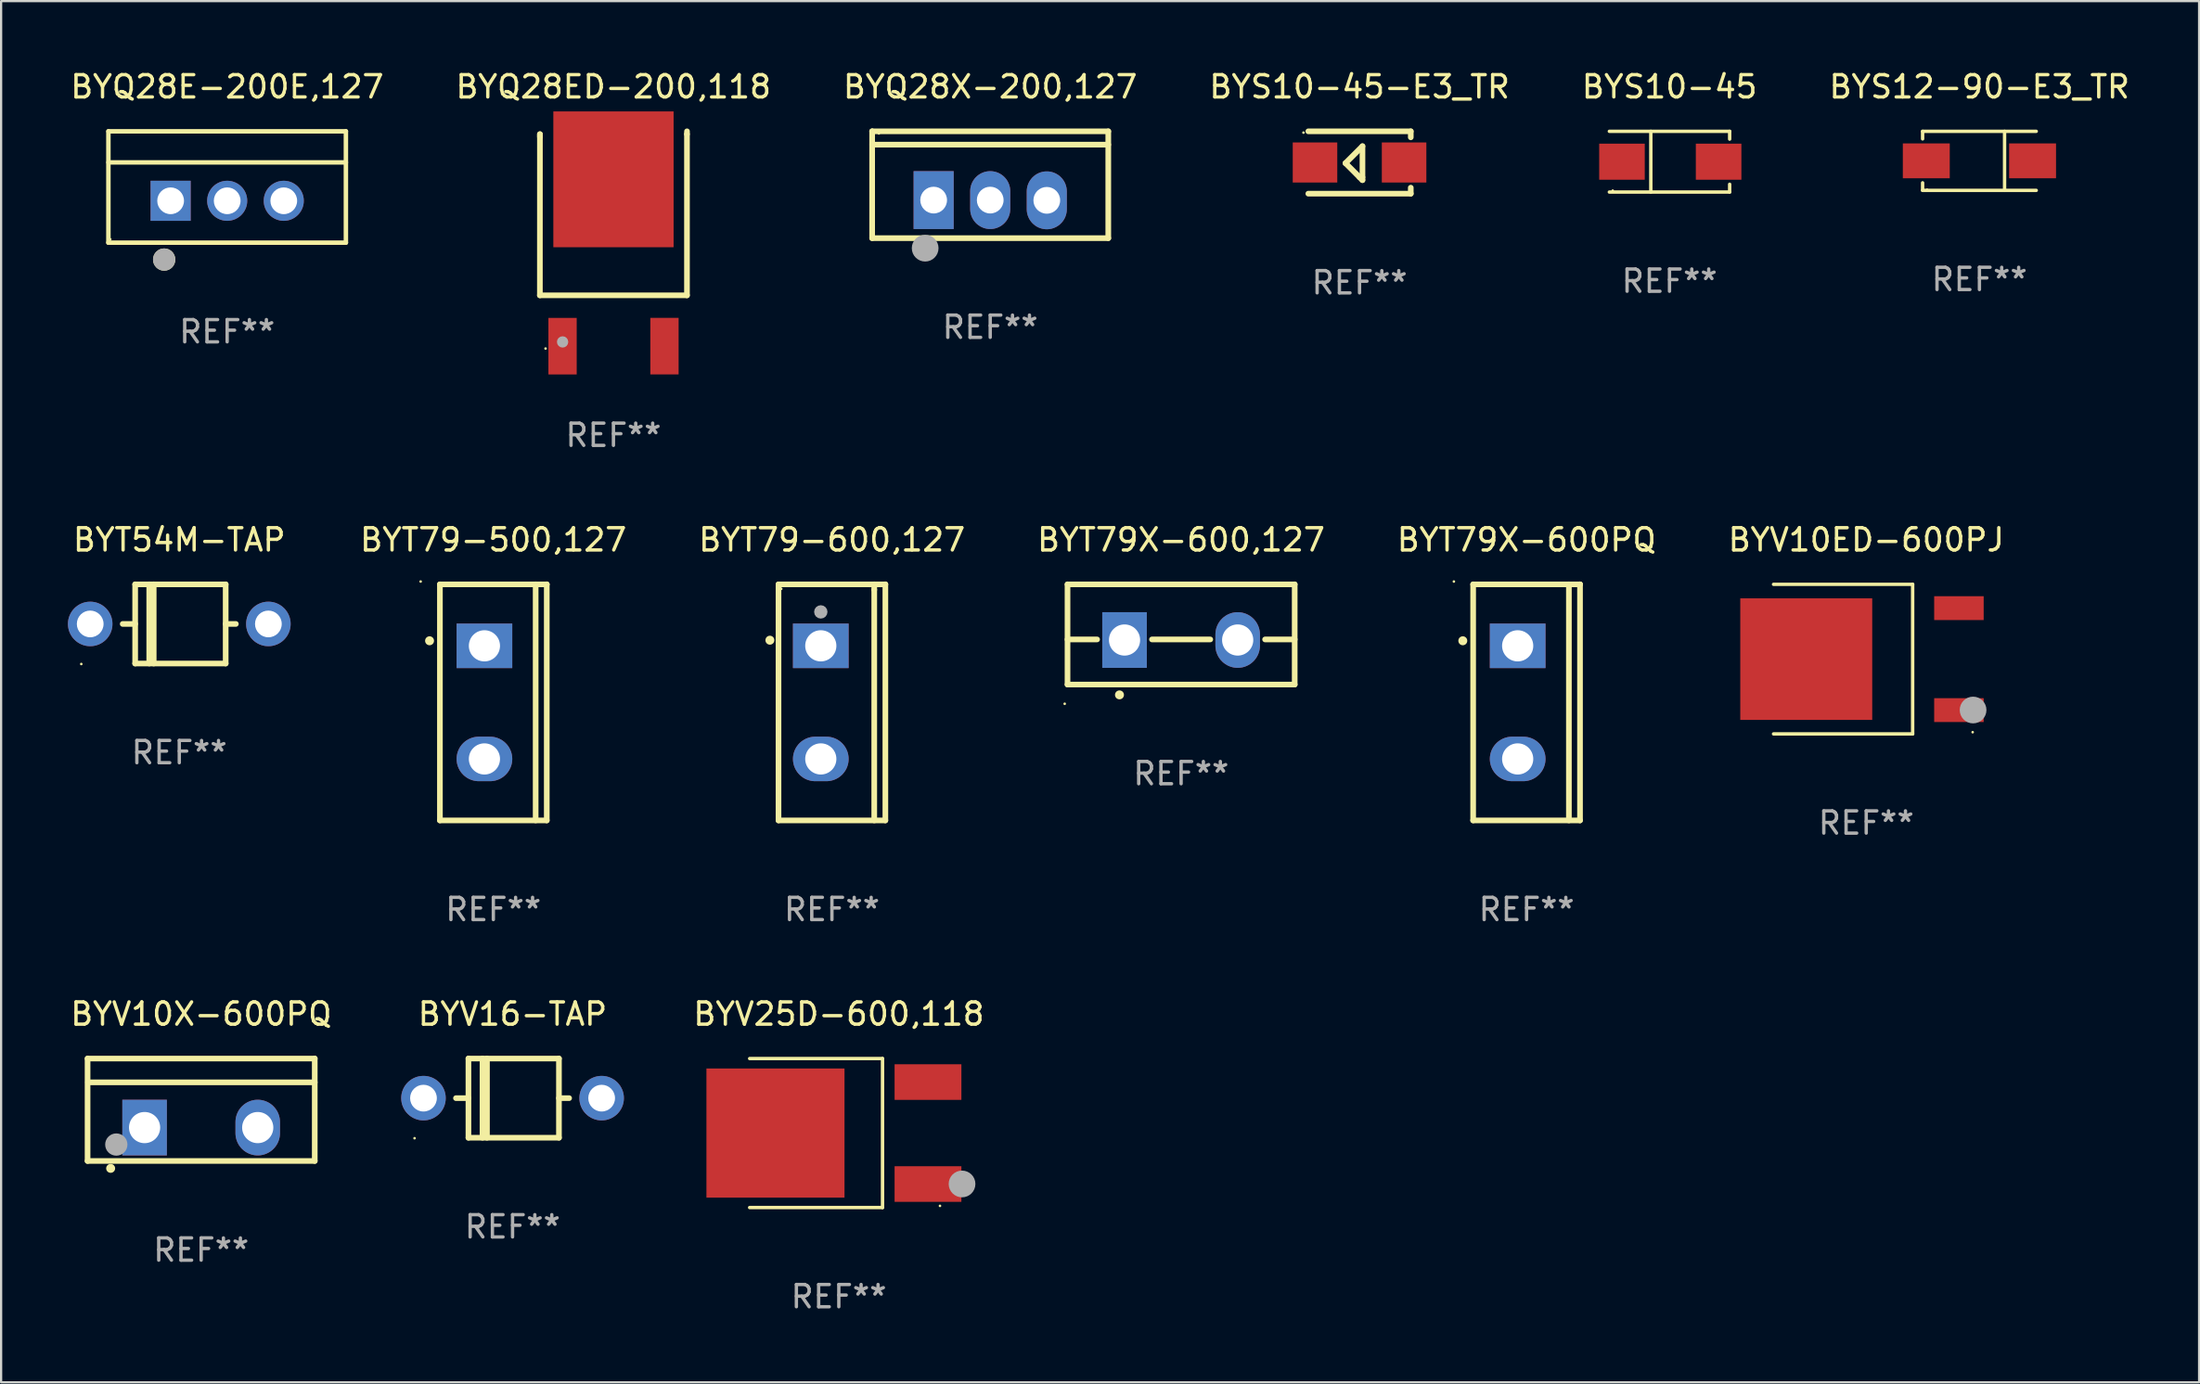
<source format=kicad_pcb>
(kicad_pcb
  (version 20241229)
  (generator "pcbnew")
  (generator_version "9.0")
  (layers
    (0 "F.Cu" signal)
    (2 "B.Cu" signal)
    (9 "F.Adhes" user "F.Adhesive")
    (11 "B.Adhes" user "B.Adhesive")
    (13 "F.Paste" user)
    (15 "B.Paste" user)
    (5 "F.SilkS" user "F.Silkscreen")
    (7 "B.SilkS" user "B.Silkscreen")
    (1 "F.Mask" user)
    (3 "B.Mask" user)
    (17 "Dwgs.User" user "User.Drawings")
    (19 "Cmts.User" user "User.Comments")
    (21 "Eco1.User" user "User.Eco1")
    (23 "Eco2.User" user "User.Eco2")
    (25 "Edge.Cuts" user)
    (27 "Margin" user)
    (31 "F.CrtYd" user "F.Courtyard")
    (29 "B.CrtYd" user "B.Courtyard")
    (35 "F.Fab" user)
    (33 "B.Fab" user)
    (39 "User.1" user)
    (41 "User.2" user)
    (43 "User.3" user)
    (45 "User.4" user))
  (footprint "BYV10X-600PQ"
    (layer "F.Cu")
    (at 5.982 46.793)
    (property "Reference" "BYV10X-600PQ" (at 0 -4.3 0) (layer "F.SilkS") (effects (font (size 1 1) (thickness 0.15))))
    (attr through_hole)
    (fp_line (start -5.1 -2.3) (end -5.1 2.3) (stroke (width 0.254) (type solid)) (layer "F.SilkS"))
    (fp_line (start -5.1 2.3) (end 5.1 2.3) (stroke (width 0.254) (type solid)) (layer "F.SilkS"))
    (fp_line (start -5.08 -1.232) (end 5.1 -1.232) (stroke (width 0.254) (type solid)) (layer "F.SilkS"))
    (fp_line (start 5.1 -2.3) (end -5.1 -2.3) (stroke (width 0.254) (type solid)) (layer "F.SilkS"))
    (fp_line (start 5.1 -2.3) (end 5.1 2.3) (stroke (width 0.254) (type solid)) (layer "F.SilkS"))
    (fp_arc (start -4.065278 2.632004) (mid -4.064008 2.632) (end -4.062738 2.632004) (stroke (width 0.4) (type solid)) (layer "F.SilkS"))
    (fp_circle (center -5.1 2.32) (end -5.07 2.32) (stroke (width 0.06) (type solid)) (fill no) (layer "F.SilkS"))
    (fp_circle (center -3.81 1.562) (end -3.56 1.562) (stroke (width 0.5) (type solid)) (fill no) (layer "F.Fab"))
    (fp_text user "REF**" (at 0 6.3 0) (layer "F.Fab") (effects (font (size 1 1) (thickness 0.15))))
    (pad "1" thru_hole rect (at -2.54 0.8) (size 2 2.5) (drill 1.4) (layers "*.Cu" "*.Mask"))
    (pad "2" thru_hole oval (at 2.54 0.8) (size 2 2.5) (drill 1.4) (layers "*.Cu" "*.Mask")))
  (footprint "BYV16-TAP"
    (layer "F.Cu")
    (at 19.964 46.271)
    (property "Reference" "BYV16-TAP" (at 0 -3.778 0) (layer "F.SilkS") (effects (font (size 1 1) (thickness 0.15))))
    (attr through_hole)
    (fp_line (start -1.981 -1.778) (end -1.981 1.778) (stroke (width 0.254) (type solid)) (layer "F.SilkS"))
    (fp_line (start -1.981 0) (end -2.54 0) (stroke (width 0.254) (type solid)) (layer "F.SilkS"))
    (fp_line (start -1.981 1.778) (end 2.083 1.778) (stroke (width 0.254) (type solid)) (layer "F.SilkS"))
    (fp_line (start -1.349 1.778) (end -1.349 -1.778) (stroke (width 0.254) (type solid)) (layer "F.SilkS"))
    (fp_line (start -1.149 1.778) (end -1.149 -1.778) (stroke (width 0.254) (type solid)) (layer "F.SilkS"))
    (fp_line (start 2.083 -1.778) (end -1.981 -1.778) (stroke (width 0.254) (type solid)) (layer "F.SilkS"))
    (fp_line (start 2.083 1.778) (end 2.083 -1.778) (stroke (width 0.254) (type solid)) (layer "F.SilkS"))
    (fp_line (start 2.54 0) (end 2.083 0) (stroke (width 0.254) (type solid)) (layer "F.SilkS"))
    (fp_circle (center -4.4 1.8) (end -4.37 1.8) (stroke (width 0.06) (type solid)) (fill no) (layer "F.SilkS"))
    (fp_text user "REF**" (at 0 5.778 0) (layer "F.Fab") (effects (font (size 1 1) (thickness 0.15))))
    (pad "1" thru_hole circle (at -4 0) (size 2 2) (drill 1.2) (layers "*.Cu" "*.Mask"))
    (pad "2" thru_hole circle (at 4 0) (size 2 2) (drill 1.2) (layers "*.Cu" "*.Mask")))
  (footprint "BYV25D-600,118"
    (layer "F.Cu")
    (at 34.613 47.839)
    (property "Reference" "BYV25D-600,118" (at 0 -5.346 0) (layer "F.SilkS") (effects (font (size 1 1) (thickness 0.15))))
    (attr through_hole)
    (fp_line (start -4.004 -3.346) (end 1.963 -3.346) (stroke (width 0.152) (type solid)) (layer "F.SilkS"))
    (fp_line (start -4.004 3.346) (end 1.963 3.346) (stroke (width 0.152) (type solid)) (layer "F.SilkS"))
    (fp_line (start 1.963 3.346) (end 1.963 -3.346) (stroke (width 0.152) (type solid)) (layer "F.SilkS"))
    (fp_circle (center 4.542 3.27) (end 4.572 3.27) (stroke (width 0.06) (type solid)) (fill no) (layer "F.SilkS"))
    (fp_circle (center 5.533 2.286) (end 5.833 2.286) (stroke (width 0.6) (type solid)) (fill no) (layer "F.Fab"))
    (fp_text user "REF**" (at 0 7.346 0) (layer "F.Fab") (effects (font (size 1 1) (thickness 0.15))))
    (pad "1" smd rect (at 4.004 2.29) (size 3 1.6) (layers "F.Cu" "F.Mask" "F.Paste"))
    (pad "2" smd rect (at -2.844 0) (size 6.2 5.8) (layers "F.Cu" "F.Mask" "F.Paste"))
    (pad "3" smd rect (at 4.004 -2.29) (size 3 1.6) (layers "F.Cu" "F.Mask" "F.Paste")))
  (footprint "BYS12-90-E3_TR"
    (layer "F.Cu")
    (at 85.827 4.174)
    (property "Reference" "BYS12-90-E3_TR" (at 0 -3.326 0) (layer "F.SilkS") (effects (font (size 1 1) (thickness 0.15))))
    (attr through_hole)
    (fp_line (start -2.551 -1.326) (end -2.551 -0.986) (stroke (width 0.152) (type solid)) (layer "F.SilkS"))
    (fp_line (start -2.551 1.326) (end -2.551 0.986) (stroke (width 0.152) (type solid)) (layer "F.SilkS"))
    (fp_line (start 1.129 1.326) (end 1.129 -1.326) (stroke (width 0.152) (type solid)) (layer "F.SilkS"))
    (fp_line (start 2.551 -1.326) (end -2.551 -1.326) (stroke (width 0.152) (type solid)) (layer "F.SilkS"))
    (fp_line (start 2.551 1.326) (end -2.551 1.326) (stroke (width 0.152) (type solid)) (layer "F.SilkS"))
    (fp_circle (center -2.35 1.3) (end -2.32 1.3) (stroke (width 0.06) (type solid)) (fill no) (layer "F.SilkS"))
    (fp_text user "REF**" (at 0 5.326 0) (layer "F.Fab") (effects (font (size 1 1) (thickness 0.15))))
    (pad "1" smd rect (at -2.386 0) (size 2.107 1.566) (layers "F.Cu" "F.Mask" "F.Paste"))
    (pad "2" smd rect (at 2.386 0) (size 2.107 1.566) (layers "F.Cu" "F.Mask" "F.Paste")))
  (footprint "BYT79X-600PQ"
    (layer "F.Cu")
    (at 65.494 28.496)
    (property "Reference" "BYT79X-600PQ" (at 0 -7.301 0) (layer "F.SilkS") (effects (font (size 1 1) (thickness 0.15))))
    (attr through_hole)
    (fp_line (start -2.399 -5.301) (end 2.394 -5.301) (stroke (width 0.254) (type solid)) (layer "F.SilkS"))
    (fp_line (start -2.399 5.301) (end -2.399 -5.301) (stroke (width 0.254) (type solid)) (layer "F.SilkS"))
    (fp_line (start 1.9 5.3) (end 1.9 -5.3) (stroke (width 0.254) (type solid)) (layer "F.SilkS"))
    (fp_line (start 2.394 -5.301) (end 2.399 -5.301) (stroke (width 0.254) (type solid)) (layer "F.SilkS"))
    (fp_line (start 2.399 -5.301) (end 2.399 5.301) (stroke (width 0.254) (type solid)) (layer "F.SilkS"))
    (fp_line (start 2.399 5.301) (end -2.399 5.301) (stroke (width 0.254) (type solid)) (layer "F.SilkS"))
    (fp_arc (start -2.863843 -2.766066) (mid -2.863847 -2.767336) (end -2.863843 -2.768606) (stroke (width 0.4) (type solid)) (layer "F.SilkS"))
    (fp_circle (center -3.264 -5.428) (end -3.234 -5.428) (stroke (width 0.06) (type solid)) (fill no) (layer "F.SilkS"))
    (fp_text user "REF**" (at 0 9.301 0) (layer "F.Fab") (effects (font (size 1 1) (thickness 0.15))))
    (pad "1" thru_hole rect (at -0.4 -2.54 270) (size 2 2.5) (drill 1.4) (layers "*.Cu" "*.Mask"))
    (pad "2" thru_hole oval (at -0.4 2.54 270) (size 2 2.5) (drill 1.4) (layers "*.Cu" "*.Mask")))
  (footprint "BYT79X-600,127"
    (layer "F.Cu")
    (at 49.982 25.445)
    (property "Reference" "BYT79X-600,127" (at 0 -4.25 0) (layer "F.SilkS") (effects (font (size 1 1) (thickness 0.15))))
    (attr through_hole)
    (fp_line (start -5.1 -2.25) (end -5.1 2.25) (stroke (width 0.254) (type solid)) (layer "F.SilkS"))
    (fp_line (start -5.1 0.224) (end -3.772 0.224) (stroke (width 0.254) (type solid)) (layer "F.SilkS"))
    (fp_line (start -5.1 2.25) (end 5.1 2.25) (stroke (width 0.254) (type solid)) (layer "F.SilkS"))
    (fp_line (start -1.308 0.224) (end 1.309 0.224) (stroke (width 0.254) (type solid)) (layer "F.SilkS"))
    (fp_line (start 3.771 0.224) (end 5.1 0.224) (stroke (width 0.254) (type solid)) (layer "F.SilkS"))
    (fp_line (start 5.1 -2.25) (end -5.1 -2.25) (stroke (width 0.254) (type solid)) (layer "F.SilkS"))
    (fp_line (start 5.1 -2.25) (end 5.1 2.25) (stroke (width 0.254) (type solid)) (layer "F.SilkS"))
    (fp_arc (start -2.768606 2.713805) (mid -2.767336 2.713801) (end -2.766066 2.713805) (stroke (width 0.4) (type solid)) (layer "F.SilkS"))
    (fp_circle (center -5.227 3.114) (end -5.197 3.114) (stroke (width 0.06) (type solid)) (fill no) (layer "F.SilkS"))
    (fp_text user "REF**" (at 0 6.25 0) (layer "F.Fab") (effects (font (size 1 1) (thickness 0.15))))
    (pad "1" thru_hole rect (at -2.54 0.25) (size 2 2.5) (drill 1.4) (layers "*.Cu" "*.Mask"))
    (pad "3" thru_hole oval (at 2.54 0.25) (size 2 2.5) (drill 1.4) (layers "*.Cu" "*.Mask")))
  (footprint "BYT79-600,127"
    (layer "F.Cu")
    (at 34.304 28.496)
    (property "Reference" "BYT79-600,127" (at 0 -7.301 0) (layer "F.SilkS") (effects (font (size 1 1) (thickness 0.15))))
    (attr through_hole)
    (fp_line (start -2.399 -5.301) (end 2.394 -5.301) (stroke (width 0.254) (type solid)) (layer "F.SilkS"))
    (fp_line (start -2.399 5.301) (end -2.399 -5.301) (stroke (width 0.254) (type solid)) (layer "F.SilkS"))
    (fp_line (start 1.9 -5.061) (end 1.9 -5.3) (stroke (width 0.254) (type solid)) (layer "F.SilkS"))
    (fp_line (start 1.9 5.3) (end 1.9 -5.061) (stroke (width 0.254) (type solid)) (layer "F.SilkS"))
    (fp_line (start 2.394 -5.301) (end 2.399 -5.301) (stroke (width 0.254) (type solid)) (layer "F.SilkS"))
    (fp_line (start 2.399 -5.301) (end 2.399 5.301) (stroke (width 0.254) (type solid)) (layer "F.SilkS"))
    (fp_line (start 2.399 5.301) (end -2.399 5.301) (stroke (width 0.254) (type solid)) (layer "F.SilkS"))
    (fp_arc (start -2.786043 -2.791466) (mid -2.786047 -2.792736) (end -2.786043 -2.794006) (stroke (width 0.4) (type solid)) (layer "F.SilkS"))
    (fp_circle (center -2.275 -5.1) (end -2.245 -5.1) (stroke (width 0.06) (type solid)) (fill no) (layer "F.SilkS"))
    (fp_circle (center -0.5 -4.064) (end -0.35 -4.064) (stroke (width 0.3) (type solid)) (fill no) (layer "F.Fab"))
    (fp_text user "REF**" (at 0 9.301 0) (layer "F.Fab") (effects (font (size 1 1) (thickness 0.15))))
    (pad "1" thru_hole rect (at -0.5 -2.54 270) (size 2 2.5) (drill 1.4) (layers "*.Cu" "*.Mask"))
    (pad "3" thru_hole oval (at -0.5 2.54 270) (size 2 2.5) (drill 1.4) (layers "*.Cu" "*.Mask")))
  (footprint "BYQ28E-200E,127"
    (layer "F.Cu")
    (at 7.149 5.348)
    (property "Reference" "BYQ28E-200E,127" (at 0 -4.5 0) (layer "F.SilkS") (effects (font (size 1 1) (thickness 0.15))))
    (attr through_hole)
    (fp_line (start -5.332 2.5) (end -5.332 -2.5) (stroke (width 0.201) (type solid)) (layer "F.SilkS"))
    (fp_line (start -5.328 -2.5) (end 5.332 -2.5) (stroke (width 0.201) (type solid)) (layer "F.SilkS"))
    (fp_line (start -5.328 -1.104) (end 5.332 -1.104) (stroke (width 0.201) (type solid)) (layer "F.SilkS"))
    (fp_line (start 5.332 -2.5) (end 5.332 2.5) (stroke (width 0.201) (type solid)) (layer "F.SilkS"))
    (fp_line (start 5.332 2.5) (end -5.332 2.5) (stroke (width 0.201) (type solid)) (layer "F.SilkS"))
    (fp_circle (center -5.248 2.35) (end -5.218 2.35) (stroke (width 0.06) (type solid)) (fill no) (layer "F.SilkS"))
    (fp_circle (center -2.828 3.26) (end -2.578 3.26) (stroke (width 0.5) (type solid)) (fill no) (layer "F.SilkS"))
    (fp_circle (center -2.828 3.26) (end -2.578 3.26) (stroke (width 0.5) (type solid)) (fill no) (layer "F.Fab"))
    (fp_text user "REF**" (at 0 6.5 0) (layer "F.Fab") (effects (font (size 1 1) (thickness 0.15))))
    (pad "1" thru_hole rect (at -2.538 0.62) (size 1.8 1.8) (drill 1.2) (layers "*.Cu" "*.Mask"))
    (pad "2" thru_hole circle (at 0.002 0.62) (size 1.8 1.8) (drill 1.2) (layers "*.Cu" "*.Mask"))
    (pad "3" thru_hole circle (at 2.542 0.62) (size 1.8 1.8) (drill 1.2) (layers "*.Cu" "*.Mask")))
  (footprint "BYT79-500,127"
    (layer "F.Cu")
    (at 19.101 28.496)
    (property "Reference" "BYT79-500,127" (at 0 -7.301 0) (layer "F.SilkS") (effects (font (size 1 1) (thickness 0.15))))
    (attr through_hole)
    (fp_line (start -2.399 -5.301) (end 2.394 -5.301) (stroke (width 0.254) (type solid)) (layer "F.SilkS"))
    (fp_line (start -2.399 5.301) (end -2.399 -5.301) (stroke (width 0.254) (type solid)) (layer "F.SilkS"))
    (fp_line (start 1.9 5.3) (end 1.9 -5.3) (stroke (width 0.254) (type solid)) (layer "F.SilkS"))
    (fp_line (start 2.394 -5.301) (end 2.399 -5.301) (stroke (width 0.254) (type solid)) (layer "F.SilkS"))
    (fp_line (start 2.399 -5.301) (end 2.399 5.301) (stroke (width 0.254) (type solid)) (layer "F.SilkS"))
    (fp_line (start 2.399 5.301) (end -2.399 5.301) (stroke (width 0.254) (type solid)) (layer "F.SilkS"))
    (fp_arc (start -2.863843 -2.766066) (mid -2.863847 -2.767336) (end -2.863843 -2.768606) (stroke (width 0.4) (type solid)) (layer "F.SilkS"))
    (fp_circle (center -3.264 -5.428) (end -3.234 -5.428) (stroke (width 0.06) (type solid)) (fill no) (layer "F.SilkS"))
    (fp_text user "REF**" (at 0 9.301 0) (layer "F.Fab") (effects (font (size 1 1) (thickness 0.15))))
    (pad "1" thru_hole rect (at -0.4 -2.54 270) (size 2 2.5) (drill 1.4) (layers "*.Cu" "*.Mask"))
    (pad "2" thru_hole oval (at -0.4 2.54 270) (size 2 2.5) (drill 1.4) (layers "*.Cu" "*.Mask")))
  (footprint "BYS10-45"
    (layer "F.Cu")
    (at 71.911 4.212)
    (property "Reference" "BYS10-45" (at 0 -3.364 0) (layer "F.SilkS") (effects (font (size 1 1) (thickness 0.15))))
    (attr through_hole)
    (fp_line (start -2.701 -1.364) (end 2.701 -1.364) (stroke (width 0.152) (type solid)) (layer "F.SilkS"))
    (fp_line (start -2.701 1.364) (end 2.701 1.364) (stroke (width 0.152) (type solid)) (layer "F.SilkS"))
    (fp_line (start -0.839 -1.364) (end -0.839 1.364) (stroke (width 0.152) (type solid)) (layer "F.SilkS"))
    (fp_line (start 2.701 -1.364) (end 2.701 -1.013) (stroke (width 0.152) (type solid)) (layer "F.SilkS"))
    (fp_line (start 2.701 1.364) (end 2.701 1.013) (stroke (width 0.152) (type solid)) (layer "F.SilkS"))
    (fp_circle (center -2.548 1.3) (end -2.518 1.3) (stroke (width 0.06) (type solid)) (fill no) (layer "F.SilkS"))
    (fp_text user "REF**" (at 0 5.364 0) (layer "F.Fab") (effects (font (size 1 1) (thickness 0.15))))
    (pad "1" smd rect (at -2.134 0.000025) (size 2.046 1.62) (layers "F.Cu" "F.Mask" "F.Paste"))
    (pad "2" smd rect (at 2.205 0.000025) (size 2.046 1.62) (layers "F.Cu" "F.Mask" "F.Paste")))
  (footprint "BYV10ED-600PJ"
    (layer "F.Cu")
    (at 80.744 26.553)
    (property "Reference" "BYV10ED-600PJ" (at 0 -5.359 0) (layer "F.SilkS") (effects (font (size 1 1) (thickness 0.15))))
    (attr through_hole)
    (fp_line (start -4.162 -3.359) (end 2.085 -3.359) (stroke (width 0.152) (type solid)) (layer "F.SilkS"))
    (fp_line (start -4.162 3.359) (end 2.085 3.359) (stroke (width 0.152) (type solid)) (layer "F.SilkS"))
    (fp_line (start 2.085 3.359) (end 2.085 -3.359) (stroke (width 0.152) (type solid)) (layer "F.SilkS"))
    (fp_circle (center 4.779 3.282) (end 4.809 3.282) (stroke (width 0.06) (type solid)) (fill no) (layer "F.SilkS"))
    (fp_circle (center 4.798 2.286) (end 5.098 2.286) (stroke (width 0.6) (type solid)) (fill no) (layer "F.Fab"))
    (fp_text user "REF**" (at 0 7.359 0) (layer "F.Fab") (effects (font (size 1 1) (thickness 0.15))))
    (pad "1" smd rect (at 4.162 2.29) (size 2.223 1.071) (layers "F.Cu" "F.Mask" "F.Paste"))
    (pad "2" smd rect (at -2.693 0) (size 5.925 5.46) (layers "F.Cu" "F.Mask" "F.Paste"))
    (pad "3" smd rect (at 4.162 -2.29) (size 2.223 1.071) (layers "F.Cu" "F.Mask" "F.Paste")))
  (footprint "BYQ28X-200,127"
    (layer "F.Cu")
    (at 41.411 5.247)
    (property "Reference" "BYQ28X-200,127" (at 0 -4.399 0) (layer "F.SilkS") (effects (font (size 1 1) (thickness 0.15))))
    (attr through_hole)
    (fp_line (start -5.301 -2.399) (end 5.301 -2.399) (stroke (width 0.254) (type solid)) (layer "F.SilkS"))
    (fp_line (start -5.301 -2.394) (end -5.301 -2.399) (stroke (width 0.254) (type solid)) (layer "F.SilkS"))
    (fp_line (start -5.301 2.399) (end -5.301 -2.394) (stroke (width 0.254) (type solid)) (layer "F.SilkS"))
    (fp_line (start 5.3 -1.8) (end -5.3 -1.8) (stroke (width 0.254) (type solid)) (layer "F.SilkS"))
    (fp_line (start 5.301 -2.399) (end 5.301 2.399) (stroke (width 0.254) (type solid)) (layer "F.SilkS"))
    (fp_line (start 5.301 2.399) (end -5.301 2.399) (stroke (width 0.254) (type solid)) (layer "F.SilkS"))
    (fp_arc (start -2.769977 3.025032) (mid -2.768707 3.025028) (end -2.767437 3.025032) (stroke (width 0.4) (type solid)) (layer "F.SilkS"))
    (fp_circle (center -5 -2.305) (end -4.97 -2.305) (stroke (width 0.06) (type solid)) (fill no) (layer "F.SilkS"))
    (fp_circle (center -2.921 2.849) (end -2.621 2.849) (stroke (width 0.6) (type solid)) (fill no) (layer "F.Fab"))
    (fp_text user "REF**" (at 0 6.399 0) (layer "F.Fab") (effects (font (size 1 1) (thickness 0.15))))
    (pad "1" thru_hole rect (at -2.54 0.69) (size 1.8 2.6) (drill 1.2) (layers "*.Cu" "*.Mask"))
    (pad "2" thru_hole oval (at 0 0.69) (size 1.8 2.6) (drill 1.2) (layers "*.Cu" "*.Mask"))
    (pad "3" thru_hole oval (at 2.54 0.7) (size 1.8 2.6) (drill 1.2) (layers "*.Cu" "*.Mask")))
  (footprint "BYT54M-TAP"
    (layer "F.Cu")
    (at 5 24.973)
    (property "Reference" "BYT54M-TAP" (at 0 -3.778 0) (layer "F.SilkS") (effects (font (size 1 1) (thickness 0.15))))
    (attr through_hole)
    (fp_line (start -1.981 -1.778) (end -1.981 1.778) (stroke (width 0.254) (type solid)) (layer "F.SilkS"))
    (fp_line (start -1.981 0) (end -2.54 0) (stroke (width 0.254) (type solid)) (layer "F.SilkS"))
    (fp_line (start -1.981 1.778) (end 2.083 1.778) (stroke (width 0.254) (type solid)) (layer "F.SilkS"))
    (fp_line (start -1.349 1.778) (end -1.349 -1.778) (stroke (width 0.254) (type solid)) (layer "F.SilkS"))
    (fp_line (start -1.149 1.778) (end -1.149 -1.778) (stroke (width 0.254) (type solid)) (layer "F.SilkS"))
    (fp_line (start 2.083 -1.778) (end -1.981 -1.778) (stroke (width 0.254) (type solid)) (layer "F.SilkS"))
    (fp_line (start 2.083 1.778) (end 2.083 -1.778) (stroke (width 0.254) (type solid)) (layer "F.SilkS"))
    (fp_line (start 2.54 0) (end 2.083 0) (stroke (width 0.254) (type solid)) (layer "F.SilkS"))
    (fp_circle (center -4.4 1.8) (end -4.37 1.8) (stroke (width 0.06) (type solid)) (fill no) (layer "F.SilkS"))
    (fp_text user "REF**" (at 0 5.778 0) (layer "F.Fab") (effects (font (size 1 1) (thickness 0.15))))
    (pad "1" thru_hole circle (at -4 0) (size 2 2) (drill 1.2) (layers "*.Cu" "*.Mask"))
    (pad "2" thru_hole circle (at 4 0) (size 2 2) (drill 1.2) (layers "*.Cu" "*.Mask")))
  (footprint "BYQ28ED-200,118"
    (layer "F.Cu")
    (at 24.494 7.673)
    (property "Reference" "BYQ28ED-200,118" (at 0 -6.825 0) (layer "F.SilkS") (effects (font (size 1 1) (thickness 0.15))))
    (attr through_hole)
    (fp_line (start -3.303 2.541) (end 3.301 2.541) (stroke (width 0.254) (type solid)) (layer "F.SilkS"))
    (fp_line (start -3.301 -4.698) (end -3.303 2.541) (stroke (width 0.254) (type solid)) (layer "F.SilkS"))
    (fp_line (start -3.301 -4.571) (end -3.301 -4.698) (stroke (width 0.254) (type solid)) (layer "F.SilkS"))
    (fp_line (start 3.301 -4.698) (end 3.303 -4.825) (stroke (width 0.254) (type solid)) (layer "F.SilkS"))
    (fp_line (start 3.301 2.541) (end 3.301 -4.698) (stroke (width 0.254) (type solid)) (layer "F.SilkS"))
    (fp_circle (center -3.049 4.931) (end -3.019 4.931) (stroke (width 0.06) (type solid)) (fill no) (layer "F.SilkS"))
    (fp_circle (center -2.283 4.634) (end -2.156 4.634) (stroke (width 0.254) (type solid)) (fill no) (layer "F.Fab"))
    (fp_text user "REF**" (at 0 8.825 0) (layer "F.Fab") (effects (font (size 1 1) (thickness 0.15))))
    (pad "1" smd rect (at -2.285 4.825 270) (size 2.54 1.27) (layers "F.Cu" "F.Mask" "F.Paste"))
    (pad "2" smd rect (at 0.001 -2.669 270) (size 6.1 5.4) (layers "F.Cu" "F.Mask" "F.Paste"))
    (pad "3" smd rect (at 2.291 4.823 270) (size 2.54 1.27) (layers "F.Cu" "F.Mask" "F.Paste")))
  (footprint "BYS10-45-E3_TR"
    (layer "F.Cu")
    (at 57.994 4.248)
    (property "Reference" "BYS10-45-E3_TR" (at 0 -3.4 0) (layer "F.SilkS") (effects (font (size 1 1) (thickness 0.15))))
    (attr through_hole)
    (fp_line (start -2.3 -1.4) (end 2.3 -1.4) (stroke (width 0.254) (type solid)) (layer "F.SilkS"))
    (fp_line (start -2.3 1.4) (end 2.3 1.4) (stroke (width 0.254) (type solid)) (layer "F.SilkS"))
    (fp_line (start -0.631 0.03) (end 0.131 -0.732) (stroke (width 0.254) (type solid)) (layer "F.SilkS"))
    (fp_line (start 0.004 0.665) (end -0.631 0.03) (stroke (width 0.254) (type solid)) (layer "F.SilkS"))
    (fp_line (start 0.131 -0.732) (end 0.131 0.665) (stroke (width 0.254) (type solid)) (layer "F.SilkS"))
    (fp_line (start 0.131 0.665) (end 0.131 0.792) (stroke (width 0.254) (type solid)) (layer "F.SilkS"))
    (fp_line (start 0.131 0.792) (end 0.004 0.665) (stroke (width 0.254) (type solid)) (layer "F.SilkS"))
    (fp_line (start 2.3 -1.4) (end 2.3 -1.131) (stroke (width 0.254) (type solid)) (layer "F.SilkS"))
    (fp_line (start 2.3 1.131) (end 2.3 1.4) (stroke (width 0.254) (type solid)) (layer "F.SilkS"))
    (fp_circle (center -2.517 -1.342) (end -2.487 -1.342) (stroke (width 0.06) (type solid)) (fill no) (layer "F.SilkS"))
    (fp_text user "REF**" (at 0 5.4 0) (layer "F.Fab") (effects (font (size 1 1) (thickness 0.15))))
    (pad "1" smd rect (at -2 -0.000127) (size 2 1.8) (layers "F.Cu" "F.Mask" "F.Paste"))
    (pad "2" smd rect (at 2 -0.000127) (size 2 1.8) (layers "F.Cu" "F.Mask" "F.Paste")))
  (gr_rect
    (start -3 -3)
    (end 95.69 59.034)
    (stroke (width 0.1) (type default))
    (fill no)
    (layer "Edge.Cuts")))
</source>
